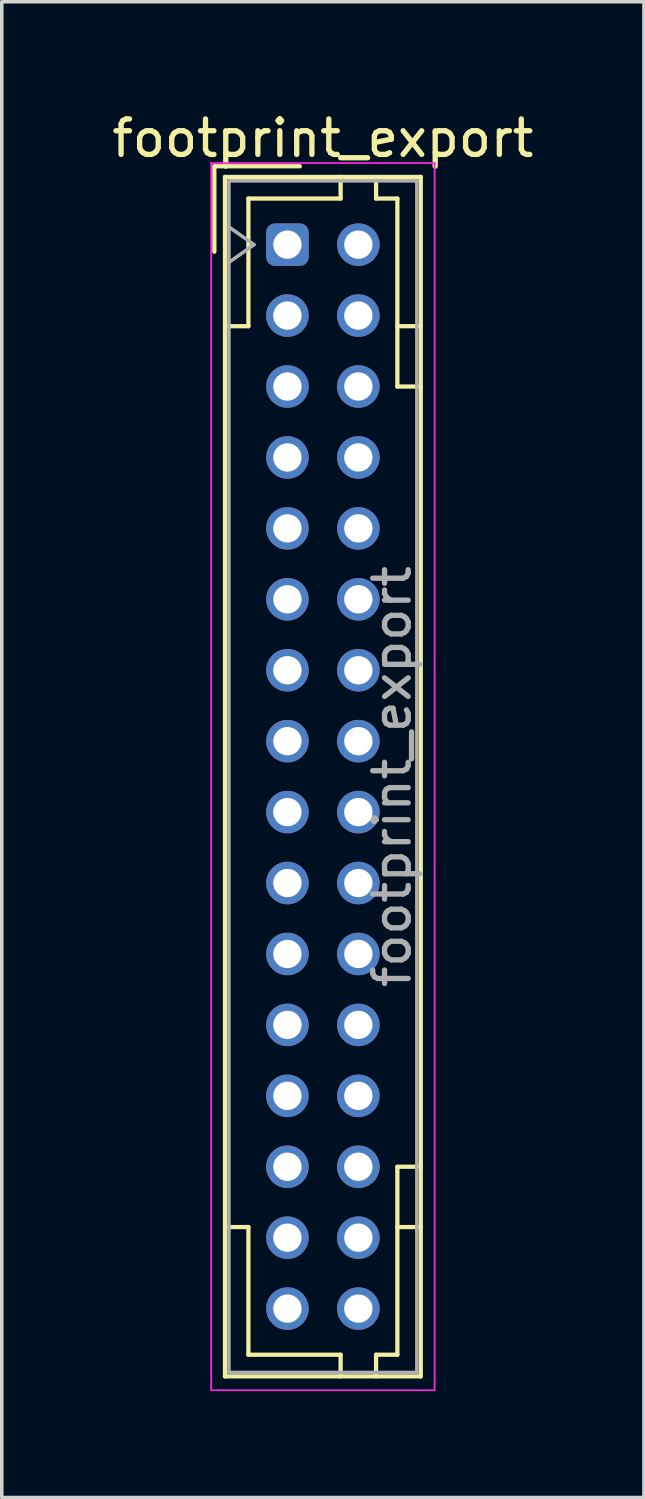
<source format=kicad_pcb>
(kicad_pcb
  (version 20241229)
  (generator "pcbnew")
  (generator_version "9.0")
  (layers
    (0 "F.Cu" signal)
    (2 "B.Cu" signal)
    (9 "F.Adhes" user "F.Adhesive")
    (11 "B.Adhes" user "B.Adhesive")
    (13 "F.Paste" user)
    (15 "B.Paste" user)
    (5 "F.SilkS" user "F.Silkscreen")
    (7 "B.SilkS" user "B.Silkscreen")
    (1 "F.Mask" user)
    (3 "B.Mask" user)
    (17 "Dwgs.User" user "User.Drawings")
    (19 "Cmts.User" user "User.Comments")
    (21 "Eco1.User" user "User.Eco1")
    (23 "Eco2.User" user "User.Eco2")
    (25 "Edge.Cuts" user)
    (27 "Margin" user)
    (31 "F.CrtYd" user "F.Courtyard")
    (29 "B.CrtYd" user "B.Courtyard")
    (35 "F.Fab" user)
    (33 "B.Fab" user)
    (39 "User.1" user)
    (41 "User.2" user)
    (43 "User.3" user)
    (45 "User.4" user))
  (footprint "footprint_export"
    (layer "F.Cu")
    (at 5.054 3.848)
    (property "Reference" "footprint_export" (at 1 -3 0) (layer "F.SilkS") (effects (font (size 1 1) (thickness 0.15))))
    (attr through_hole)
    (fp_line (start -2.06 -2.21) (end -2.06 0.2) (stroke (width 0.12) (type solid)) (layer "F.SilkS"))
    (fp_line (start -1.76 -1.91) (end -1.76 31.91) (stroke (width 0.12) (type solid)) (layer "F.SilkS"))
    (fp_line (start -1.76 31.91) (end 3.76 31.91) (stroke (width 0.12) (type solid)) (layer "F.SilkS"))
    (fp_line (start -1.1 -1.3) (end -1.1 2.3) (stroke (width 0.12) (type solid)) (layer "F.SilkS"))
    (fp_line (start -1.1 2.3) (end -1.76 2.3) (stroke (width 0.12) (type solid)) (layer "F.SilkS"))
    (fp_line (start -1.1 27.7) (end -1.76 27.7) (stroke (width 0.12) (type solid)) (layer "F.SilkS"))
    (fp_line (start -1.1 31.3) (end -1.1 27.7) (stroke (width 0.12) (type solid)) (layer "F.SilkS"))
    (fp_line (start 0.35 -2.21) (end -2.06 -2.21) (stroke (width 0.12) (type solid)) (layer "F.SilkS"))
    (fp_line (start 1.5 -1.91) (end 1.5 -1.3) (stroke (width 0.12) (type solid)) (layer "F.SilkS"))
    (fp_line (start 1.5 -1.3) (end -1.1 -1.3) (stroke (width 0.12) (type solid)) (layer "F.SilkS"))
    (fp_line (start 1.5 31.3) (end -1.1 31.3) (stroke (width 0.12) (type solid)) (layer "F.SilkS"))
    (fp_line (start 1.5 31.91) (end 1.5 31.3) (stroke (width 0.12) (type solid)) (layer "F.SilkS"))
    (fp_line (start 2.5 -1.91) (end 2.5 -1.3) (stroke (width 0.12) (type solid)) (layer "F.SilkS"))
    (fp_line (start 2.5 -1.3) (end 3.1 -1.3) (stroke (width 0.12) (type solid)) (layer "F.SilkS"))
    (fp_line (start 2.5 31.3) (end 3.1 31.3) (stroke (width 0.12) (type solid)) (layer "F.SilkS"))
    (fp_line (start 2.5 31.91) (end 2.5 31.3) (stroke (width 0.12) (type solid)) (layer "F.SilkS"))
    (fp_line (start 3.1 -1.3) (end 3.1 4) (stroke (width 0.12) (type solid)) (layer "F.SilkS"))
    (fp_line (start 3.1 4) (end 3.76 4) (stroke (width 0.12) (type solid)) (layer "F.SilkS"))
    (fp_line (start 3.1 26) (end 3.76 26) (stroke (width 0.12) (type solid)) (layer "F.SilkS"))
    (fp_line (start 3.1 31.3) (end 3.1 26) (stroke (width 0.12) (type solid)) (layer "F.SilkS"))
    (fp_line (start 3.76 -1.91) (end -1.76 -1.91) (stroke (width 0.12) (type solid)) (layer "F.SilkS"))
    (fp_line (start 3.76 2.3) (end 3.1 2.3) (stroke (width 0.12) (type solid)) (layer "F.SilkS"))
    (fp_line (start 3.76 27.7) (end 3.1 27.7) (stroke (width 0.12) (type solid)) (layer "F.SilkS"))
    (fp_line (start 3.76 31.91) (end 3.76 -1.91) (stroke (width 0.12) (type solid)) (layer "F.SilkS"))
    (fp_line (start -2.15 -2.3) (end -2.15 32.3) (stroke (width 0.05) (type solid)) (layer "F.CrtYd"))
    (fp_line (start -2.15 32.3) (end 4.15 32.3) (stroke (width 0.05) (type solid)) (layer "F.CrtYd"))
    (fp_line (start 4.15 -2.3) (end -2.15 -2.3) (stroke (width 0.05) (type solid)) (layer "F.CrtYd"))
    (fp_line (start 4.15 32.3) (end 4.15 -2.3) (stroke (width 0.05) (type solid)) (layer "F.CrtYd"))
    (fp_line (start -1.65 -1.8) (end -1.65 31.8) (stroke (width 0.1) (type solid)) (layer "F.Fab"))
    (fp_line (start -1.65 0.5) (end -0.943 0) (stroke (width 0.1) (type solid)) (layer "F.Fab"))
    (fp_line (start -1.65 31.8) (end 3.65 31.8) (stroke (width 0.1) (type solid)) (layer "F.Fab"))
    (fp_line (start -0.943 0) (end -1.65 -0.5) (stroke (width 0.1) (type solid)) (layer "F.Fab"))
    (fp_line (start 3.65 -1.8) (end -1.65 -1.8) (stroke (width 0.1) (type solid)) (layer "F.Fab"))
    (fp_line (start 3.65 31.8) (end 3.65 -1.8) (stroke (width 0.1) (type solid)) (layer "F.Fab"))
    (fp_text user "${REFERENCE}" (at 2.95 15 90) (layer "F.Fab") (effects (font (size 1 1) (thickness 0.15))))
    (pad "a1" thru_hole roundrect (at 0 0) (size 1.2 1.2) (drill 0.8) (layers "*.Cu" "*.Mask") (roundrect_rratio 0.208))
    (pad "a2" thru_hole circle (at 0 2) (size 1.2 1.2) (drill 0.8) (layers "*.Cu" "*.Mask"))
    (pad "a3" thru_hole circle (at 0 4) (size 1.2 1.2) (drill 0.8) (layers "*.Cu" "*.Mask"))
    (pad "a4" thru_hole circle (at 0 6) (size 1.2 1.2) (drill 0.8) (layers "*.Cu" "*.Mask"))
    (pad "a5" thru_hole circle (at 0 8) (size 1.2 1.2) (drill 0.8) (layers "*.Cu" "*.Mask"))
    (pad "a6" thru_hole circle (at 0 10) (size 1.2 1.2) (drill 0.8) (layers "*.Cu" "*.Mask"))
    (pad "a7" thru_hole circle (at 0 12) (size 1.2 1.2) (drill 0.8) (layers "*.Cu" "*.Mask"))
    (pad "a8" thru_hole circle (at 0 14) (size 1.2 1.2) (drill 0.8) (layers "*.Cu" "*.Mask"))
    (pad "a9" thru_hole circle (at 0 16) (size 1.2 1.2) (drill 0.8) (layers "*.Cu" "*.Mask"))
    (pad "a10" thru_hole circle (at 0 18) (size 1.2 1.2) (drill 0.8) (layers "*.Cu" "*.Mask"))
    (pad "a11" thru_hole circle (at 0 20) (size 1.2 1.2) (drill 0.8) (layers "*.Cu" "*.Mask"))
    (pad "a12" thru_hole circle (at 0 22) (size 1.2 1.2) (drill 0.8) (layers "*.Cu" "*.Mask"))
    (pad "a13" thru_hole circle (at 0 24) (size 1.2 1.2) (drill 0.8) (layers "*.Cu" "*.Mask"))
    (pad "a14" thru_hole circle (at 0 26) (size 1.2 1.2) (drill 0.8) (layers "*.Cu" "*.Mask"))
    (pad "a15" thru_hole circle (at 0 28) (size 1.2 1.2) (drill 0.8) (layers "*.Cu" "*.Mask"))
    (pad "a16" thru_hole circle (at 0 30) (size 1.2 1.2) (drill 0.8) (layers "*.Cu" "*.Mask"))
    (pad "b1" thru_hole circle (at 2 0) (size 1.2 1.2) (drill 0.8) (layers "*.Cu" "*.Mask"))
    (pad "b2" thru_hole circle (at 2 2) (size 1.2 1.2) (drill 0.8) (layers "*.Cu" "*.Mask"))
    (pad "b3" thru_hole circle (at 2 4) (size 1.2 1.2) (drill 0.8) (layers "*.Cu" "*.Mask"))
    (pad "b4" thru_hole circle (at 2 6) (size 1.2 1.2) (drill 0.8) (layers "*.Cu" "*.Mask"))
    (pad "b5" thru_hole circle (at 2 8) (size 1.2 1.2) (drill 0.8) (layers "*.Cu" "*.Mask"))
    (pad "b6" thru_hole circle (at 2 10) (size 1.2 1.2) (drill 0.8) (layers "*.Cu" "*.Mask"))
    (pad "b7" thru_hole circle (at 2 12) (size 1.2 1.2) (drill 0.8) (layers "*.Cu" "*.Mask"))
    (pad "b8" thru_hole circle (at 2 14) (size 1.2 1.2) (drill 0.8) (layers "*.Cu" "*.Mask"))
    (pad "b9" thru_hole circle (at 2 16) (size 1.2 1.2) (drill 0.8) (layers "*.Cu" "*.Mask"))
    (pad "b10" thru_hole circle (at 2 18) (size 1.2 1.2) (drill 0.8) (layers "*.Cu" "*.Mask"))
    (pad "b11" thru_hole circle (at 2 20) (size 1.2 1.2) (drill 0.8) (layers "*.Cu" "*.Mask"))
    (pad "b12" thru_hole circle (at 2 22) (size 1.2 1.2) (drill 0.8) (layers "*.Cu" "*.Mask"))
    (pad "b13" thru_hole circle (at 2 24) (size 1.2 1.2) (drill 0.8) (layers "*.Cu" "*.Mask"))
    (pad "b14" thru_hole circle (at 2 26) (size 1.2 1.2) (drill 0.8) (layers "*.Cu" "*.Mask"))
    (pad "b15" thru_hole circle (at 2 28) (size 1.2 1.2) (drill 0.8) (layers "*.Cu" "*.Mask"))
    (pad "b16" thru_hole circle (at 2 30) (size 1.2 1.2) (drill 0.8) (layers "*.Cu" "*.Mask")))
  (gr_rect
    (start -3 -3)
    (end 15.107 39.173)
    (stroke (width 0.1) (type default))
    (fill no)
    (layer "Edge.Cuts")))
</source>
